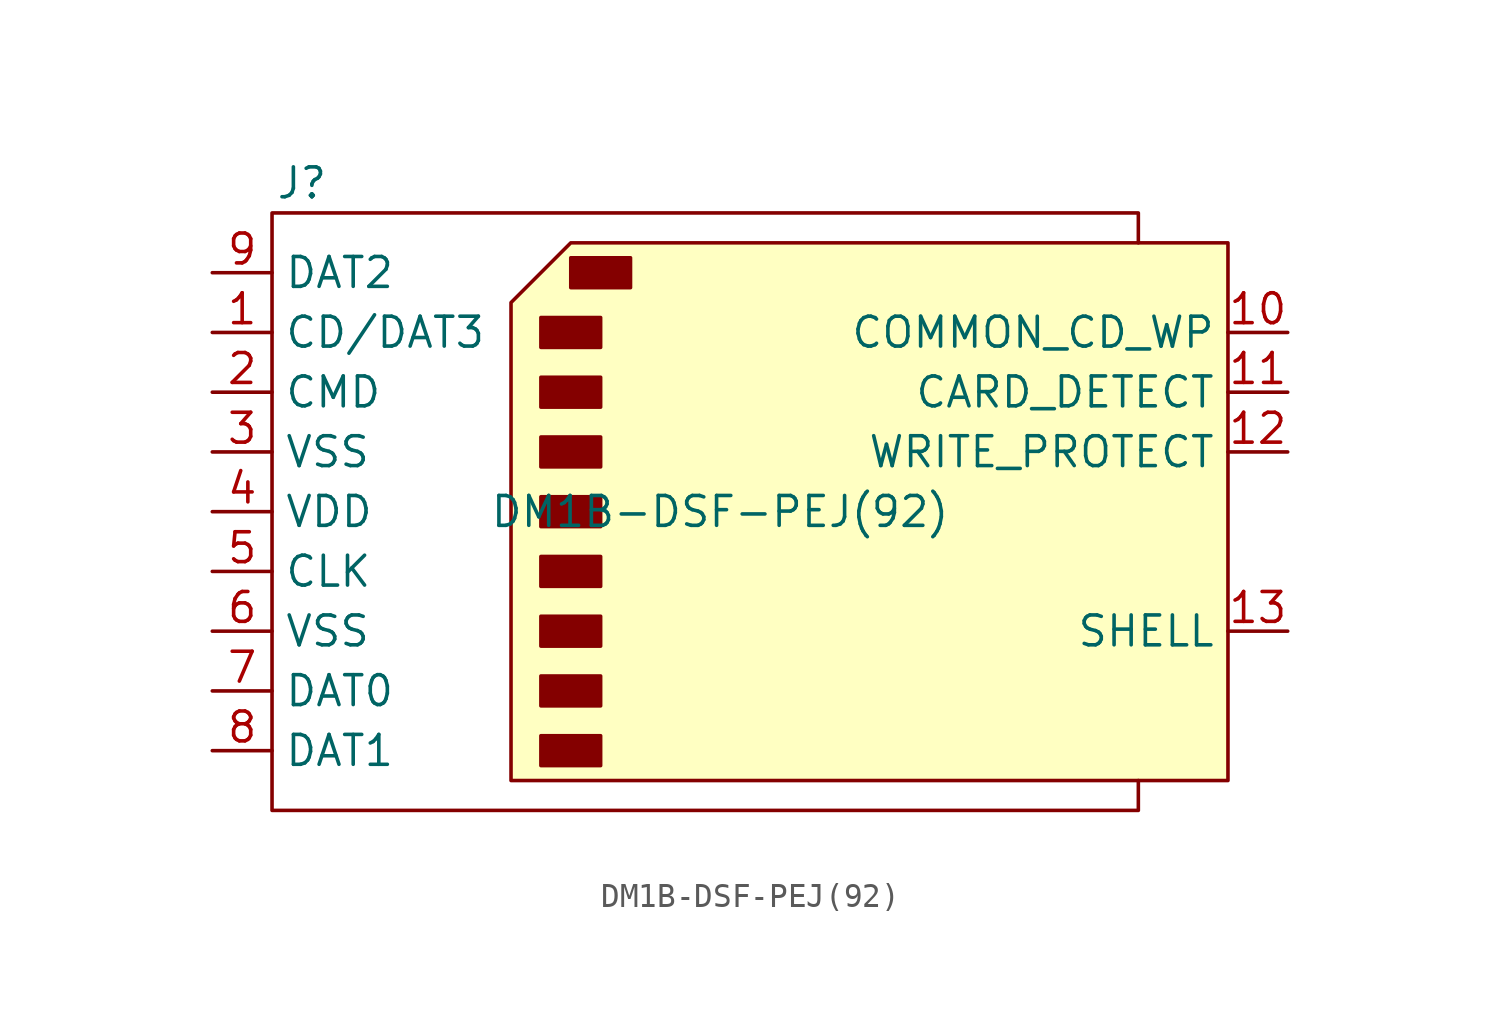
<source format=kicad_sym>
(kicad_symbol_lib
  (version 20220914)
  (generator kicad_symbol_editor)
  (symbol "DM1B-DSF-PEJ(92)"
    (property "Reference" "J"
      (at -17.78 13.97 0)
      (effects (font (size 1.27 1.27))))
    (property "Value" "DM1B-DSF-PEJ(92)"
      (at 0 0 0)
      (effects (font (size 1.27 1.27))))
    (symbol "DM1B-DSF-PEJ(92)_0_1"
      (rectangle (start -7.62 -9.525) (end -5.08 -10.795) (stroke (width 0) (type default)) (fill (type outline)))
      (rectangle (start -7.62 -6.985) (end -5.08 -8.255) (stroke (width 0) (type default)) (fill (type outline)))
      (rectangle (start -7.62 -4.445) (end -5.08 -5.715) (stroke (width 0) (type default)) (fill (type outline)))
      (rectangle (start -7.62 -1.905) (end -5.08 -3.175) (stroke (width 0) (type default)) (fill (type outline)))
      (rectangle (start -7.62 0.635) (end -5.08 -0.635) (stroke (width 0) (type default)) (fill (type outline)))
      (rectangle (start -7.62 3.175) (end -5.08 1.905) (stroke (width 0) (type default)) (fill (type outline)))
      (rectangle (start -7.62 5.715) (end -5.08 4.445) (stroke (width 0) (type default)) (fill (type outline)))
      (rectangle (start -7.62 8.255) (end -5.08 6.985) (stroke (width 0) (type default)) (fill (type outline)))
      (rectangle (start -6.35 10.795) (end -3.81 9.525) (stroke (width 0) (type default)) (fill (type outline)))
      (polyline (pts (xy -8.89 8.89) (xy -6.35 11.43) (xy 21.59 11.43) (xy 21.59 -11.43) (xy -8.89 -11.43) (xy -8.89 8.89)) (stroke (width 0) (type default)) (fill (type background)))
      (polyline (pts (xy 17.78 11.43) (xy 17.78 12.7) (xy -19.05 12.7) (xy -19.05 -12.7) (xy 17.78 -12.7) (xy 17.78 -11.43)) (stroke (width 0) (type default)) (fill (type none))))
    (symbol "DM1B-DSF-PEJ(92)_1_1"
      (pin input line (at -21.59 7.62 0) (length 2.54) (name "CD/DAT3" (effects (font (size 1.27 1.27)))) (number "1" (effects (font (size 1.27 1.27)))))
      (pin input line (at 24.13 7.62 180) (length 2.54) (name "COMMON_CD_WP" (effects (font (size 1.27 1.27)))) (number "10" (effects (font (size 1.27 1.27)))))
      (pin input line (at 24.13 5.08 180) (length 2.54) (name "CARD_DETECT" (effects (font (size 1.27 1.27)))) (number "11" (effects (font (size 1.27 1.27)))))
      (pin input line (at 24.13 2.54 180) (length 2.54) (name "WRITE_PROTECT" (effects (font (size 1.27 1.27)))) (number "12" (effects (font (size 1.27 1.27)))))
      (pin passive line (at 24.13 -5.08 180) (length 2.54) (name "SHELL" (effects (font (size 1.27 1.27)))) (number "13" (effects (font (size 1.27 1.27)))))
      (pin passive line (at 24.13 -5.08 180) (length 2.54) hide (name "SHELL" (effects (font (size 1.27 1.27)))) (number "14" (effects (font (size 1.27 1.27)))))
      (pin passive line (at 24.13 -5.08 180) (length 2.54) hide (name "SHELL" (effects (font (size 1.27 1.27)))) (number "15" (effects (font (size 1.27 1.27)))))
      (pin passive line (at 24.13 -5.08 180) (length 2.54) hide (name "SHELL" (effects (font (size 1.27 1.27)))) (number "16" (effects (font (size 1.27 1.27)))))
      (pin passive line (at 24.13 -5.08 180) (length 2.54) hide (name "SHELL" (effects (font (size 1.27 1.27)))) (number "17" (effects (font (size 1.27 1.27)))))
      (pin passive line (at 24.13 -5.08 180) (length 2.54) hide (name "SHELL" (effects (font (size 1.27 1.27)))) (number "18" (effects (font (size 1.27 1.27)))))
      (pin input line (at -21.59 5.08 0) (length 2.54) (name "CMD" (effects (font (size 1.27 1.27)))) (number "2" (effects (font (size 1.27 1.27)))))
      (pin power_in line (at -21.59 2.54 0) (length 2.54) (name "VSS" (effects (font (size 1.27 1.27)))) (number "3" (effects (font (size 1.27 1.27)))))
      (pin power_in line (at -21.59 0 0) (length 2.54) (name "VDD" (effects (font (size 1.27 1.27)))) (number "4" (effects (font (size 1.27 1.27)))))
      (pin input line (at -21.59 -2.54 0) (length 2.54) (name "CLK" (effects (font (size 1.27 1.27)))) (number "5" (effects (font (size 1.27 1.27)))))
      (pin power_in line (at -21.59 -5.08 0) (length 2.54) (name "VSS" (effects (font (size 1.27 1.27)))) (number "6" (effects (font (size 1.27 1.27)))))
      (pin input line (at -21.59 -7.62 0) (length 2.54) (name "DAT0" (effects (font (size 1.27 1.27)))) (number "7" (effects (font (size 1.27 1.27)))))
      (pin input line (at -21.59 -10.16 0) (length 2.54) (name "DAT1" (effects (font (size 1.27 1.27)))) (number "8" (effects (font (size 1.27 1.27)))))
      (pin input line (at -21.59 10.16 0) (length 2.54) (name "DAT2" (effects (font (size 1.27 1.27)))) (number "9" (effects (font (size 1.27 1.27))))))))
</source>
